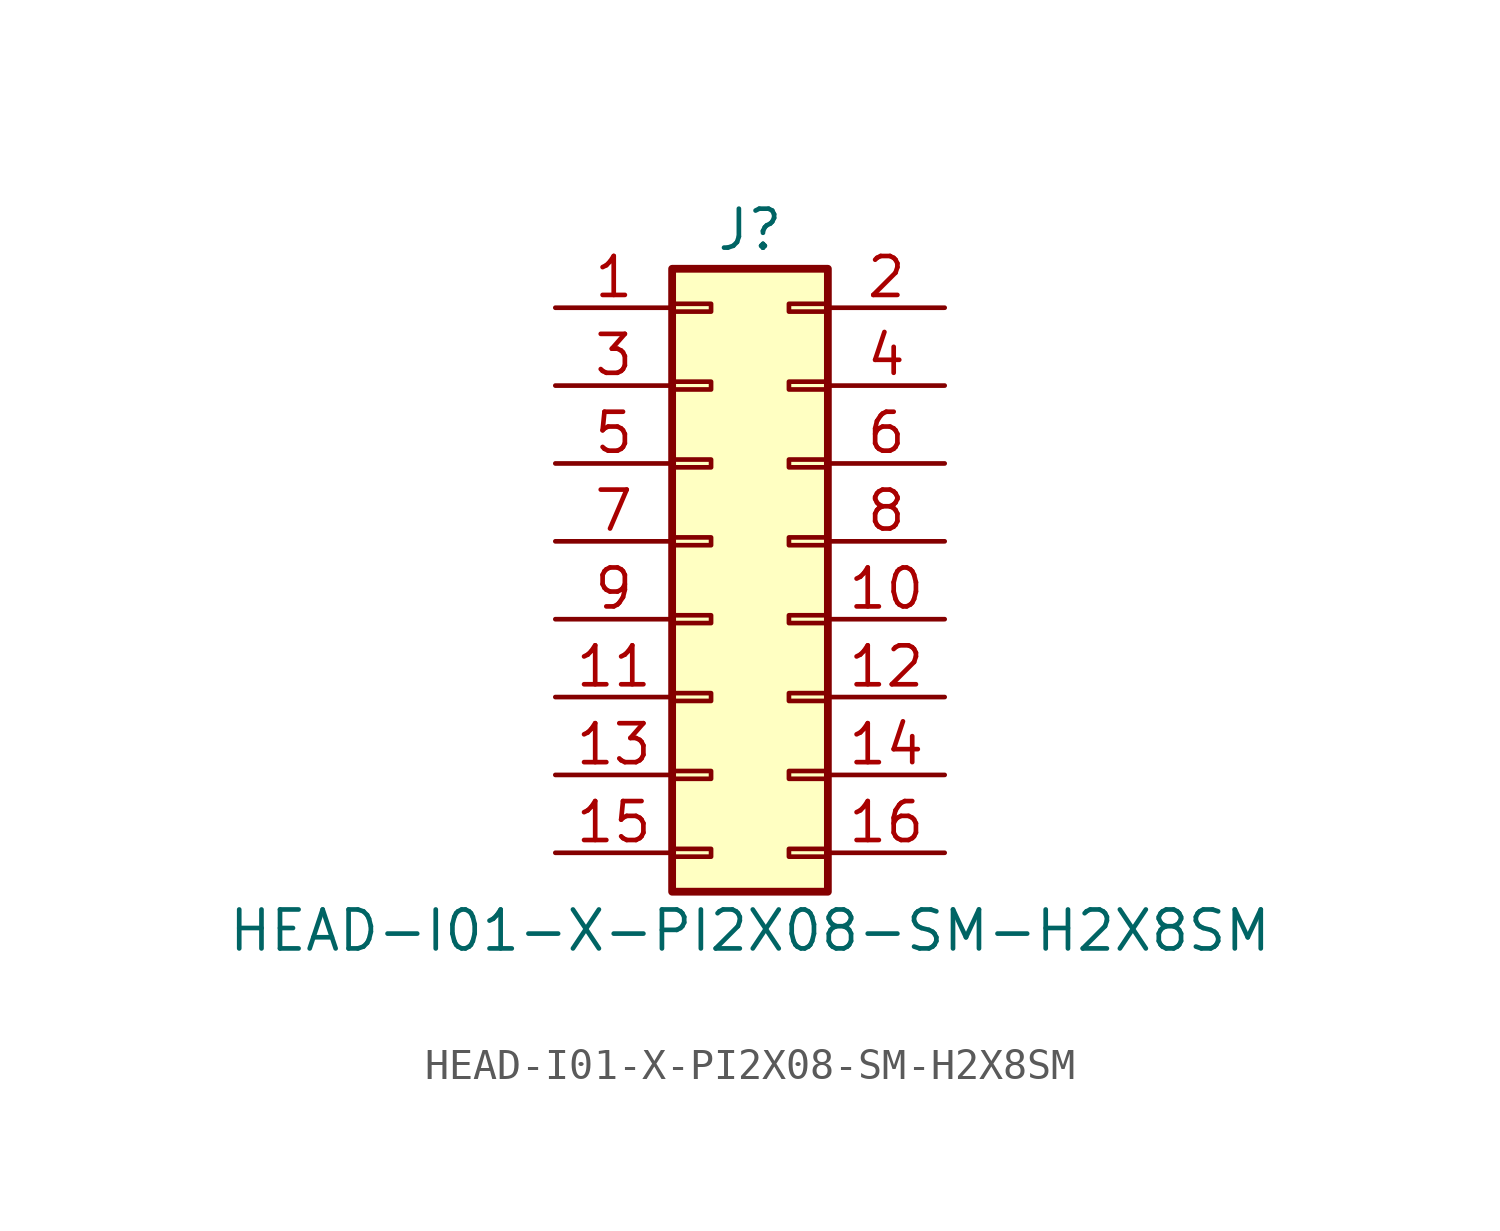
<source format=kicad_sym>
(kicad_symbol_lib
  (version 20211014)
  (generator kicad_symbol_editor)
  (symbol "HEAD-I01-X-PI2X08-SM-H2X8SM"
    (pin_names
      (offset 1.016) hide)
    (property "Reference" "J"
      (at 1.27 10.16 0)
      (effects (font (size 1.27 1.27))))
    (property "Value" "HEAD-I01-X-PI2X08-SM-H2X8SM"
      (at 1.27 -12.7 0)
      (effects (font (size 1.27 1.27))))
    (symbol "HEAD-I01-X-PI2X08-SM-H2X8SM_1_1"
      (rectangle (start -1.27 -10.033) (end 0 -10.287) (stroke (width 0.152) (type default) (color 0 0 0 0)) (fill (type none)))
      (rectangle (start -1.27 -7.493) (end 0 -7.747) (stroke (width 0.152) (type default) (color 0 0 0 0)) (fill (type none)))
      (rectangle (start -1.27 -4.953) (end 0 -5.207) (stroke (width 0.152) (type default) (color 0 0 0 0)) (fill (type none)))
      (rectangle (start -1.27 -2.413) (end 0 -2.667) (stroke (width 0.152) (type default) (color 0 0 0 0)) (fill (type none)))
      (rectangle (start -1.27 0.127) (end 0 -0.127) (stroke (width 0.152) (type default) (color 0 0 0 0)) (fill (type none)))
      (rectangle (start -1.27 2.667) (end 0 2.413) (stroke (width 0.152) (type default) (color 0 0 0 0)) (fill (type none)))
      (rectangle (start -1.27 5.207) (end 0 4.953) (stroke (width 0.152) (type default) (color 0 0 0 0)) (fill (type none)))
      (rectangle (start -1.27 7.747) (end 0 7.493) (stroke (width 0.152) (type default) (color 0 0 0 0)) (fill (type none)))
      (rectangle (start -1.27 8.89) (end 3.81 -11.43) (stroke (width 0.254) (type default) (color 0 0 0 0)) (fill (type background)))
      (rectangle (start 3.81 -10.033) (end 2.54 -10.287) (stroke (width 0.152) (type default) (color 0 0 0 0)) (fill (type none)))
      (rectangle (start 3.81 -7.493) (end 2.54 -7.747) (stroke (width 0.152) (type default) (color 0 0 0 0)) (fill (type none)))
      (rectangle (start 3.81 -4.953) (end 2.54 -5.207) (stroke (width 0.152) (type default) (color 0 0 0 0)) (fill (type none)))
      (rectangle (start 3.81 -2.413) (end 2.54 -2.667) (stroke (width 0.152) (type default) (color 0 0 0 0)) (fill (type none)))
      (rectangle (start 3.81 0.127) (end 2.54 -0.127) (stroke (width 0.152) (type default) (color 0 0 0 0)) (fill (type none)))
      (rectangle (start 3.81 2.667) (end 2.54 2.413) (stroke (width 0.152) (type default) (color 0 0 0 0)) (fill (type none)))
      (rectangle (start 3.81 5.207) (end 2.54 4.953) (stroke (width 0.152) (type default) (color 0 0 0 0)) (fill (type none)))
      (rectangle (start 3.81 7.747) (end 2.54 7.493) (stroke (width 0.152) (type default) (color 0 0 0 0)) (fill (type none)))
      (pin passive line (at -5.08 7.62 0) (length 3.81) (name "Pin_1" (effects (font (size 1.27 1.27)))) (number "1" (effects (font (size 1.27 1.27)))))
      (pin passive line (at 7.62 -2.54 180) (length 3.81) (name "Pin_10" (effects (font (size 1.27 1.27)))) (number "10" (effects (font (size 1.27 1.27)))))
      (pin passive line (at -5.08 -5.08 0) (length 3.81) (name "Pin_11" (effects (font (size 1.27 1.27)))) (number "11" (effects (font (size 1.27 1.27)))))
      (pin passive line (at 7.62 -5.08 180) (length 3.81) (name "Pin_12" (effects (font (size 1.27 1.27)))) (number "12" (effects (font (size 1.27 1.27)))))
      (pin passive line (at -5.08 -7.62 0) (length 3.81) (name "Pin_13" (effects (font (size 1.27 1.27)))) (number "13" (effects (font (size 1.27 1.27)))))
      (pin passive line (at 7.62 -7.62 180) (length 3.81) (name "Pin_14" (effects (font (size 1.27 1.27)))) (number "14" (effects (font (size 1.27 1.27)))))
      (pin passive line (at -5.08 -10.16 0) (length 3.81) (name "Pin_15" (effects (font (size 1.27 1.27)))) (number "15" (effects (font (size 1.27 1.27)))))
      (pin passive line (at 7.62 -10.16 180) (length 3.81) (name "Pin_16" (effects (font (size 1.27 1.27)))) (number "16" (effects (font (size 1.27 1.27)))))
      (pin passive line (at 7.62 7.62 180) (length 3.81) (name "Pin_2" (effects (font (size 1.27 1.27)))) (number "2" (effects (font (size 1.27 1.27)))))
      (pin passive line (at -5.08 5.08 0) (length 3.81) (name "Pin_3" (effects (font (size 1.27 1.27)))) (number "3" (effects (font (size 1.27 1.27)))))
      (pin passive line (at 7.62 5.08 180) (length 3.81) (name "Pin_4" (effects (font (size 1.27 1.27)))) (number "4" (effects (font (size 1.27 1.27)))))
      (pin passive line (at -5.08 2.54 0) (length 3.81) (name "Pin_5" (effects (font (size 1.27 1.27)))) (number "5" (effects (font (size 1.27 1.27)))))
      (pin passive line (at 7.62 2.54 180) (length 3.81) (name "Pin_6" (effects (font (size 1.27 1.27)))) (number "6" (effects (font (size 1.27 1.27)))))
      (pin passive line (at -5.08 0 0) (length 3.81) (name "Pin_7" (effects (font (size 1.27 1.27)))) (number "7" (effects (font (size 1.27 1.27)))))
      (pin passive line (at 7.62 0 180) (length 3.81) (name "Pin_8" (effects (font (size 1.27 1.27)))) (number "8" (effects (font (size 1.27 1.27)))))
      (pin passive line (at -5.08 -2.54 0) (length 3.81) (name "Pin_9" (effects (font (size 1.27 1.27)))) (number "9" (effects (font (size 1.27 1.27))))))))
</source>
